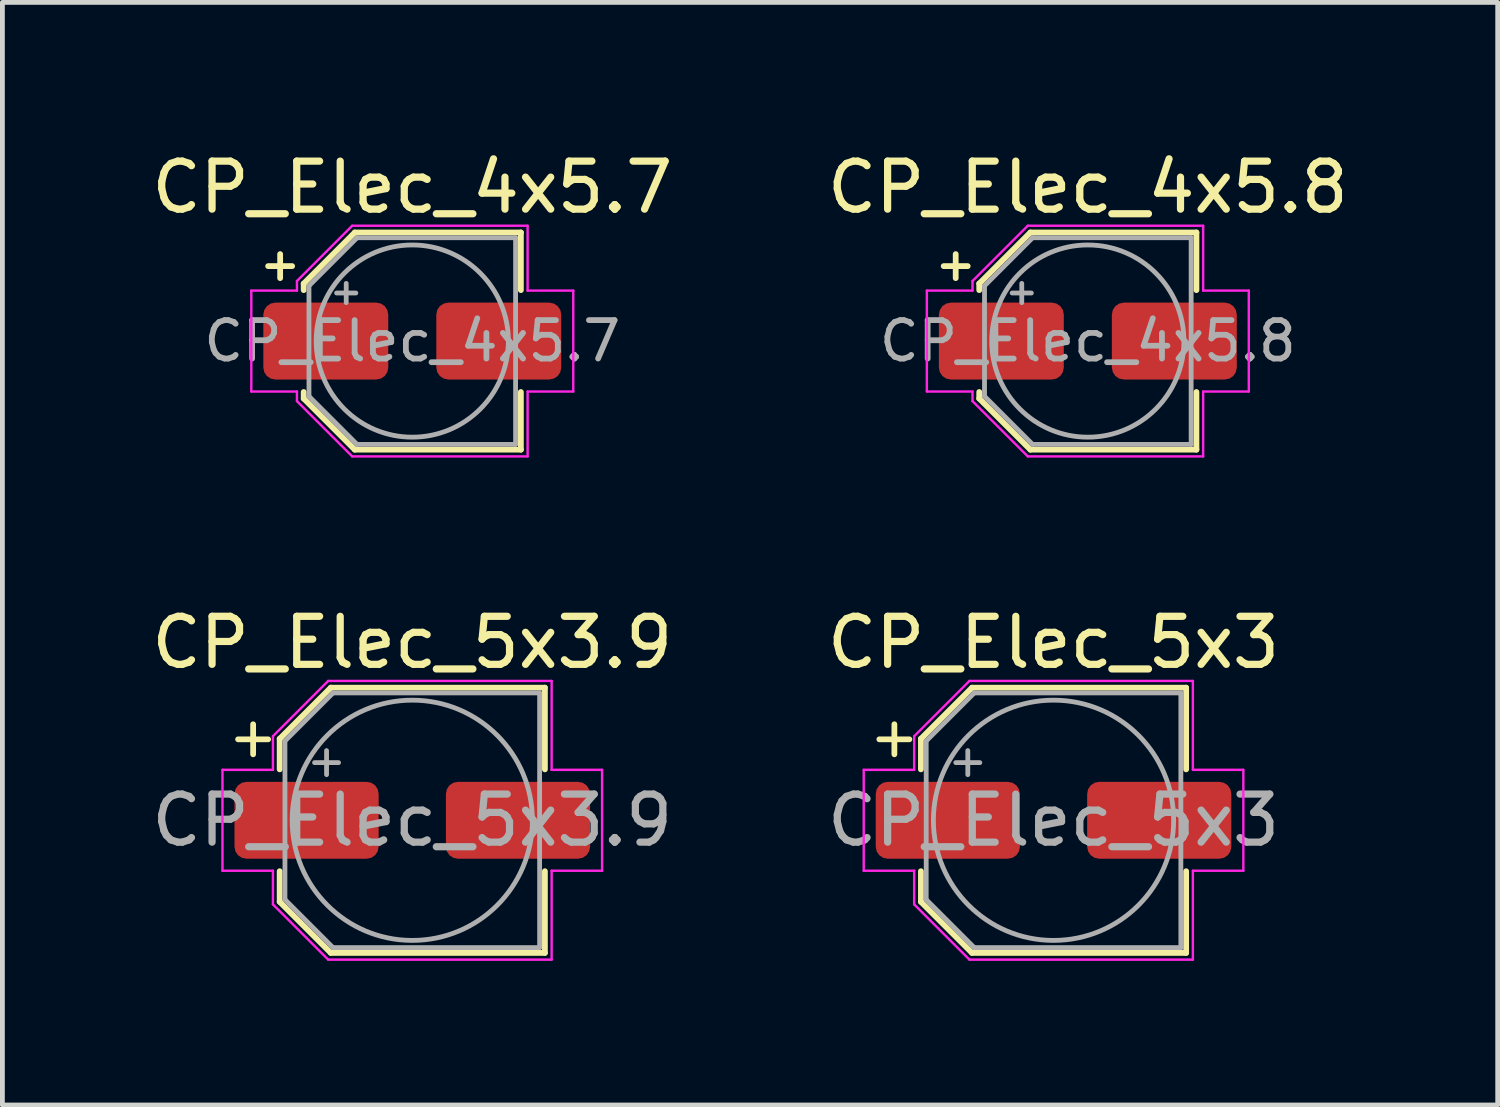
<source format=kicad_pcb>
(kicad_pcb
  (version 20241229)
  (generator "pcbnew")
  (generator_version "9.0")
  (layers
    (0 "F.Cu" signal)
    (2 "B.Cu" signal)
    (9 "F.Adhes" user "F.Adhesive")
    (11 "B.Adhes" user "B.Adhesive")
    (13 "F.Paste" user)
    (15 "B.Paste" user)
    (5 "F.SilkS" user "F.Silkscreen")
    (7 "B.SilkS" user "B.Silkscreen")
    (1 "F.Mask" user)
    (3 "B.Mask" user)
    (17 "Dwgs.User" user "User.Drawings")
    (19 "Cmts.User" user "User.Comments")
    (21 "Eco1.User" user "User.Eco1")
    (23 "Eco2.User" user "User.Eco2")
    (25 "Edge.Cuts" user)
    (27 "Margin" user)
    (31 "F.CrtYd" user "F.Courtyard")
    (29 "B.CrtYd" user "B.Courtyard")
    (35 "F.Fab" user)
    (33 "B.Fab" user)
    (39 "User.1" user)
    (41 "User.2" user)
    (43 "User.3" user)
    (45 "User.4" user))
  (footprint "CP_Elec_4x5.7"
    (layer "F.Cu")
    (at 5.53 4.048)
    (property "Reference" "CP_Elec_4x5.7" (at 0 -3.2 0) (layer "F.SilkS") (effects (font (size 1 1) (thickness 0.15))))
    (attr smd)
    (fp_line (start -3 -1.56) (end -2.5 -1.56) (stroke (width 0.12) (type solid)) (layer "F.SilkS"))
    (fp_line (start -2.75 -1.81) (end -2.75 -1.31) (stroke (width 0.12) (type solid)) (layer "F.SilkS"))
    (fp_line (start -2.26 -1.196) (end -2.26 -1.06) (stroke (width 0.12) (type solid)) (layer "F.SilkS"))
    (fp_line (start -2.26 -1.196) (end -1.196 -2.26) (stroke (width 0.12) (type solid)) (layer "F.SilkS"))
    (fp_line (start -2.26 1.196) (end -2.26 1.06) (stroke (width 0.12) (type solid)) (layer "F.SilkS"))
    (fp_line (start -2.26 1.196) (end -1.196 2.26) (stroke (width 0.12) (type solid)) (layer "F.SilkS"))
    (fp_line (start -1.196 -2.26) (end 2.26 -2.26) (stroke (width 0.12) (type solid)) (layer "F.SilkS"))
    (fp_line (start -1.196 2.26) (end 2.26 2.26) (stroke (width 0.12) (type solid)) (layer "F.SilkS"))
    (fp_line (start 2.26 -2.26) (end 2.26 -1.06) (stroke (width 0.12) (type solid)) (layer "F.SilkS"))
    (fp_line (start 2.26 2.26) (end 2.26 1.06) (stroke (width 0.12) (type solid)) (layer "F.SilkS"))
    (fp_line (start -3.35 -1.05) (end -3.35 1.05) (stroke (width 0.05) (type solid)) (layer "F.CrtYd"))
    (fp_line (start -3.35 1.05) (end -2.4 1.05) (stroke (width 0.05) (type solid)) (layer "F.CrtYd"))
    (fp_line (start -2.4 -1.25) (end -2.4 -1.05) (stroke (width 0.05) (type solid)) (layer "F.CrtYd"))
    (fp_line (start -2.4 -1.25) (end -1.25 -2.4) (stroke (width 0.05) (type solid)) (layer "F.CrtYd"))
    (fp_line (start -2.4 -1.05) (end -3.35 -1.05) (stroke (width 0.05) (type solid)) (layer "F.CrtYd"))
    (fp_line (start -2.4 1.05) (end -2.4 1.25) (stroke (width 0.05) (type solid)) (layer "F.CrtYd"))
    (fp_line (start -2.4 1.25) (end -1.25 2.4) (stroke (width 0.05) (type solid)) (layer "F.CrtYd"))
    (fp_line (start -1.25 -2.4) (end 2.4 -2.4) (stroke (width 0.05) (type solid)) (layer "F.CrtYd"))
    (fp_line (start -1.25 2.4) (end 2.4 2.4) (stroke (width 0.05) (type solid)) (layer "F.CrtYd"))
    (fp_line (start 2.4 -2.4) (end 2.4 -1.05) (stroke (width 0.05) (type solid)) (layer "F.CrtYd"))
    (fp_line (start 2.4 -1.05) (end 3.35 -1.05) (stroke (width 0.05) (type solid)) (layer "F.CrtYd"))
    (fp_line (start 2.4 1.05) (end 2.4 2.4) (stroke (width 0.05) (type solid)) (layer "F.CrtYd"))
    (fp_line (start 3.35 -1.05) (end 3.35 1.05) (stroke (width 0.05) (type solid)) (layer "F.CrtYd"))
    (fp_line (start 3.35 1.05) (end 2.4 1.05) (stroke (width 0.05) (type solid)) (layer "F.CrtYd"))
    (fp_line (start -2.15 -1.15) (end -2.15 1.15) (stroke (width 0.1) (type solid)) (layer "F.Fab"))
    (fp_line (start -2.15 -1.15) (end -1.15 -2.15) (stroke (width 0.1) (type solid)) (layer "F.Fab"))
    (fp_line (start -2.15 1.15) (end -1.15 2.15) (stroke (width 0.1) (type solid)) (layer "F.Fab"))
    (fp_line (start -1.575 -1) (end -1.175 -1) (stroke (width 0.1) (type solid)) (layer "F.Fab"))
    (fp_line (start -1.375 -1.2) (end -1.375 -0.8) (stroke (width 0.1) (type solid)) (layer "F.Fab"))
    (fp_line (start -1.15 -2.15) (end 2.15 -2.15) (stroke (width 0.1) (type solid)) (layer "F.Fab"))
    (fp_line (start -1.15 2.15) (end 2.15 2.15) (stroke (width 0.1) (type solid)) (layer "F.Fab"))
    (fp_line (start 2.15 -2.15) (end 2.15 2.15) (stroke (width 0.1) (type solid)) (layer "F.Fab"))
    (fp_circle (center 0 0) (end 2 0) (stroke (width 0.1) (type solid)) (fill no) (layer "F.Fab"))
    (fp_text user "${REFERENCE}" (at 0 0 0) (layer "F.Fab") (effects (font (size 0.8 0.8) (thickness 0.12))))
    (pad "1" smd roundrect (at -1.8 0) (size 2.6 1.6) (layers "F.Cu" "F.Mask" "F.Paste") (roundrect_rratio 0.156))
    (pad "2" smd roundrect (at 1.8 0) (size 2.6 1.6) (layers "F.Cu" "F.Mask" "F.Paste") (roundrect_rratio 0.156)))
  (footprint "CP_Elec_5x3.9"
    (layer "F.Cu")
    (at 5.53 14.021)
    (property "Reference" "CP_Elec_5x3.9" (at 0 -3.7 0) (layer "F.SilkS") (effects (font (size 1 1) (thickness 0.15))))
    (attr smd)
    (fp_line (start -3.625 -1.685) (end -3 -1.685) (stroke (width 0.12) (type solid)) (layer "F.SilkS"))
    (fp_line (start -3.312 -1.998) (end -3.312 -1.373) (stroke (width 0.12) (type solid)) (layer "F.SilkS"))
    (fp_line (start -2.76 -1.696) (end -2.76 -1.06) (stroke (width 0.12) (type solid)) (layer "F.SilkS"))
    (fp_line (start -2.76 -1.696) (end -1.696 -2.76) (stroke (width 0.12) (type solid)) (layer "F.SilkS"))
    (fp_line (start -2.76 1.696) (end -2.76 1.06) (stroke (width 0.12) (type solid)) (layer "F.SilkS"))
    (fp_line (start -2.76 1.696) (end -1.696 2.76) (stroke (width 0.12) (type solid)) (layer "F.SilkS"))
    (fp_line (start -1.696 -2.76) (end 2.76 -2.76) (stroke (width 0.12) (type solid)) (layer "F.SilkS"))
    (fp_line (start -1.696 2.76) (end 2.76 2.76) (stroke (width 0.12) (type solid)) (layer "F.SilkS"))
    (fp_line (start 2.76 -2.76) (end 2.76 -1.06) (stroke (width 0.12) (type solid)) (layer "F.SilkS"))
    (fp_line (start 2.76 2.76) (end 2.76 1.06) (stroke (width 0.12) (type solid)) (layer "F.SilkS"))
    (fp_line (start -3.95 -1.05) (end -3.95 1.05) (stroke (width 0.05) (type solid)) (layer "F.CrtYd"))
    (fp_line (start -3.95 1.05) (end -2.9 1.05) (stroke (width 0.05) (type solid)) (layer "F.CrtYd"))
    (fp_line (start -2.9 -1.75) (end -2.9 -1.05) (stroke (width 0.05) (type solid)) (layer "F.CrtYd"))
    (fp_line (start -2.9 -1.75) (end -1.75 -2.9) (stroke (width 0.05) (type solid)) (layer "F.CrtYd"))
    (fp_line (start -2.9 -1.05) (end -3.95 -1.05) (stroke (width 0.05) (type solid)) (layer "F.CrtYd"))
    (fp_line (start -2.9 1.05) (end -2.9 1.75) (stroke (width 0.05) (type solid)) (layer "F.CrtYd"))
    (fp_line (start -2.9 1.75) (end -1.75 2.9) (stroke (width 0.05) (type solid)) (layer "F.CrtYd"))
    (fp_line (start -1.75 -2.9) (end 2.9 -2.9) (stroke (width 0.05) (type solid)) (layer "F.CrtYd"))
    (fp_line (start -1.75 2.9) (end 2.9 2.9) (stroke (width 0.05) (type solid)) (layer "F.CrtYd"))
    (fp_line (start 2.9 -2.9) (end 2.9 -1.05) (stroke (width 0.05) (type solid)) (layer "F.CrtYd"))
    (fp_line (start 2.9 -1.05) (end 3.95 -1.05) (stroke (width 0.05) (type solid)) (layer "F.CrtYd"))
    (fp_line (start 2.9 1.05) (end 2.9 2.9) (stroke (width 0.05) (type solid)) (layer "F.CrtYd"))
    (fp_line (start 3.95 -1.05) (end 3.95 1.05) (stroke (width 0.05) (type solid)) (layer "F.CrtYd"))
    (fp_line (start 3.95 1.05) (end 2.9 1.05) (stroke (width 0.05) (type solid)) (layer "F.CrtYd"))
    (fp_line (start -2.65 -1.65) (end -2.65 1.65) (stroke (width 0.1) (type solid)) (layer "F.Fab"))
    (fp_line (start -2.65 -1.65) (end -1.65 -2.65) (stroke (width 0.1) (type solid)) (layer "F.Fab"))
    (fp_line (start -2.65 1.65) (end -1.65 2.65) (stroke (width 0.1) (type solid)) (layer "F.Fab"))
    (fp_line (start -2.034 -1.2) (end -1.534 -1.2) (stroke (width 0.1) (type solid)) (layer "F.Fab"))
    (fp_line (start -1.784 -1.45) (end -1.784 -0.95) (stroke (width 0.1) (type solid)) (layer "F.Fab"))
    (fp_line (start -1.65 -2.65) (end 2.65 -2.65) (stroke (width 0.1) (type solid)) (layer "F.Fab"))
    (fp_line (start -1.65 2.65) (end 2.65 2.65) (stroke (width 0.1) (type solid)) (layer "F.Fab"))
    (fp_line (start 2.65 -2.65) (end 2.65 2.65) (stroke (width 0.1) (type solid)) (layer "F.Fab"))
    (fp_circle (center 0 0) (end 2.5 0) (stroke (width 0.1) (type solid)) (fill no) (layer "F.Fab"))
    (fp_text user "${REFERENCE}" (at 0 0 0) (layer "F.Fab") (effects (font (size 1 1) (thickness 0.15))))
    (pad "1" smd roundrect (at -2.2 0) (size 3 1.6) (layers "F.Cu" "F.Mask" "F.Paste") (roundrect_rratio 0.156))
    (pad "2" smd roundrect (at 2.2 0) (size 3 1.6) (layers "F.Cu" "F.Mask" "F.Paste") (roundrect_rratio 0.156)))
  (footprint "CP_Elec_4x5.8"
    (layer "F.Cu")
    (at 19.589 4.048)
    (property "Reference" "CP_Elec_4x5.8" (at 0 -3.2 0) (layer "F.SilkS") (effects (font (size 1 1) (thickness 0.15))))
    (attr smd)
    (fp_line (start -3 -1.56) (end -2.5 -1.56) (stroke (width 0.12) (type solid)) (layer "F.SilkS"))
    (fp_line (start -2.75 -1.81) (end -2.75 -1.31) (stroke (width 0.12) (type solid)) (layer "F.SilkS"))
    (fp_line (start -2.26 -1.196) (end -2.26 -1.06) (stroke (width 0.12) (type solid)) (layer "F.SilkS"))
    (fp_line (start -2.26 -1.196) (end -1.196 -2.26) (stroke (width 0.12) (type solid)) (layer "F.SilkS"))
    (fp_line (start -2.26 1.196) (end -2.26 1.06) (stroke (width 0.12) (type solid)) (layer "F.SilkS"))
    (fp_line (start -2.26 1.196) (end -1.196 2.26) (stroke (width 0.12) (type solid)) (layer "F.SilkS"))
    (fp_line (start -1.196 -2.26) (end 2.26 -2.26) (stroke (width 0.12) (type solid)) (layer "F.SilkS"))
    (fp_line (start -1.196 2.26) (end 2.26 2.26) (stroke (width 0.12) (type solid)) (layer "F.SilkS"))
    (fp_line (start 2.26 -2.26) (end 2.26 -1.06) (stroke (width 0.12) (type solid)) (layer "F.SilkS"))
    (fp_line (start 2.26 2.26) (end 2.26 1.06) (stroke (width 0.12) (type solid)) (layer "F.SilkS"))
    (fp_line (start -3.35 -1.05) (end -3.35 1.05) (stroke (width 0.05) (type solid)) (layer "F.CrtYd"))
    (fp_line (start -3.35 1.05) (end -2.4 1.05) (stroke (width 0.05) (type solid)) (layer "F.CrtYd"))
    (fp_line (start -2.4 -1.25) (end -2.4 -1.05) (stroke (width 0.05) (type solid)) (layer "F.CrtYd"))
    (fp_line (start -2.4 -1.25) (end -1.25 -2.4) (stroke (width 0.05) (type solid)) (layer "F.CrtYd"))
    (fp_line (start -2.4 -1.05) (end -3.35 -1.05) (stroke (width 0.05) (type solid)) (layer "F.CrtYd"))
    (fp_line (start -2.4 1.05) (end -2.4 1.25) (stroke (width 0.05) (type solid)) (layer "F.CrtYd"))
    (fp_line (start -2.4 1.25) (end -1.25 2.4) (stroke (width 0.05) (type solid)) (layer "F.CrtYd"))
    (fp_line (start -1.25 -2.4) (end 2.4 -2.4) (stroke (width 0.05) (type solid)) (layer "F.CrtYd"))
    (fp_line (start -1.25 2.4) (end 2.4 2.4) (stroke (width 0.05) (type solid)) (layer "F.CrtYd"))
    (fp_line (start 2.4 -2.4) (end 2.4 -1.05) (stroke (width 0.05) (type solid)) (layer "F.CrtYd"))
    (fp_line (start 2.4 -1.05) (end 3.35 -1.05) (stroke (width 0.05) (type solid)) (layer "F.CrtYd"))
    (fp_line (start 2.4 1.05) (end 2.4 2.4) (stroke (width 0.05) (type solid)) (layer "F.CrtYd"))
    (fp_line (start 3.35 -1.05) (end 3.35 1.05) (stroke (width 0.05) (type solid)) (layer "F.CrtYd"))
    (fp_line (start 3.35 1.05) (end 2.4 1.05) (stroke (width 0.05) (type solid)) (layer "F.CrtYd"))
    (fp_line (start -2.15 -1.15) (end -2.15 1.15) (stroke (width 0.1) (type solid)) (layer "F.Fab"))
    (fp_line (start -2.15 -1.15) (end -1.15 -2.15) (stroke (width 0.1) (type solid)) (layer "F.Fab"))
    (fp_line (start -2.15 1.15) (end -1.15 2.15) (stroke (width 0.1) (type solid)) (layer "F.Fab"))
    (fp_line (start -1.575 -1) (end -1.175 -1) (stroke (width 0.1) (type solid)) (layer "F.Fab"))
    (fp_line (start -1.375 -1.2) (end -1.375 -0.8) (stroke (width 0.1) (type solid)) (layer "F.Fab"))
    (fp_line (start -1.15 -2.15) (end 2.15 -2.15) (stroke (width 0.1) (type solid)) (layer "F.Fab"))
    (fp_line (start -1.15 2.15) (end 2.15 2.15) (stroke (width 0.1) (type solid)) (layer "F.Fab"))
    (fp_line (start 2.15 -2.15) (end 2.15 2.15) (stroke (width 0.1) (type solid)) (layer "F.Fab"))
    (fp_circle (center 0 0) (end 2 0) (stroke (width 0.1) (type solid)) (fill no) (layer "F.Fab"))
    (fp_text user "${REFERENCE}" (at 0 0 0) (layer "F.Fab") (effects (font (size 0.8 0.8) (thickness 0.12))))
    (pad "1" smd roundrect (at -1.8 0) (size 2.6 1.6) (layers "F.Cu" "F.Mask" "F.Paste") (roundrect_rratio 0.156))
    (pad "2" smd roundrect (at 1.8 0) (size 2.6 1.6) (layers "F.Cu" "F.Mask" "F.Paste") (roundrect_rratio 0.156)))
  (footprint "CP_Elec_5x3"
    (layer "F.Cu")
    (at 18.875 14.021)
    (property "Reference" "CP_Elec_5x3" (at 0 -3.7 0) (layer "F.SilkS") (effects (font (size 1 1) (thickness 0.15))))
    (attr smd)
    (fp_line (start -3.625 -1.685) (end -3 -1.685) (stroke (width 0.12) (type solid)) (layer "F.SilkS"))
    (fp_line (start -3.312 -1.998) (end -3.312 -1.373) (stroke (width 0.12) (type solid)) (layer "F.SilkS"))
    (fp_line (start -2.76 -1.696) (end -2.76 -1.06) (stroke (width 0.12) (type solid)) (layer "F.SilkS"))
    (fp_line (start -2.76 -1.696) (end -1.696 -2.76) (stroke (width 0.12) (type solid)) (layer "F.SilkS"))
    (fp_line (start -2.76 1.696) (end -2.76 1.06) (stroke (width 0.12) (type solid)) (layer "F.SilkS"))
    (fp_line (start -2.76 1.696) (end -1.696 2.76) (stroke (width 0.12) (type solid)) (layer "F.SilkS"))
    (fp_line (start -1.696 -2.76) (end 2.76 -2.76) (stroke (width 0.12) (type solid)) (layer "F.SilkS"))
    (fp_line (start -1.696 2.76) (end 2.76 2.76) (stroke (width 0.12) (type solid)) (layer "F.SilkS"))
    (fp_line (start 2.76 -2.76) (end 2.76 -1.06) (stroke (width 0.12) (type solid)) (layer "F.SilkS"))
    (fp_line (start 2.76 2.76) (end 2.76 1.06) (stroke (width 0.12) (type solid)) (layer "F.SilkS"))
    (fp_line (start -3.95 -1.05) (end -3.95 1.05) (stroke (width 0.05) (type solid)) (layer "F.CrtYd"))
    (fp_line (start -3.95 1.05) (end -2.9 1.05) (stroke (width 0.05) (type solid)) (layer "F.CrtYd"))
    (fp_line (start -2.9 -1.75) (end -2.9 -1.05) (stroke (width 0.05) (type solid)) (layer "F.CrtYd"))
    (fp_line (start -2.9 -1.75) (end -1.75 -2.9) (stroke (width 0.05) (type solid)) (layer "F.CrtYd"))
    (fp_line (start -2.9 -1.05) (end -3.95 -1.05) (stroke (width 0.05) (type solid)) (layer "F.CrtYd"))
    (fp_line (start -2.9 1.05) (end -2.9 1.75) (stroke (width 0.05) (type solid)) (layer "F.CrtYd"))
    (fp_line (start -2.9 1.75) (end -1.75 2.9) (stroke (width 0.05) (type solid)) (layer "F.CrtYd"))
    (fp_line (start -1.75 -2.9) (end 2.9 -2.9) (stroke (width 0.05) (type solid)) (layer "F.CrtYd"))
    (fp_line (start -1.75 2.9) (end 2.9 2.9) (stroke (width 0.05) (type solid)) (layer "F.CrtYd"))
    (fp_line (start 2.9 -2.9) (end 2.9 -1.05) (stroke (width 0.05) (type solid)) (layer "F.CrtYd"))
    (fp_line (start 2.9 -1.05) (end 3.95 -1.05) (stroke (width 0.05) (type solid)) (layer "F.CrtYd"))
    (fp_line (start 2.9 1.05) (end 2.9 2.9) (stroke (width 0.05) (type solid)) (layer "F.CrtYd"))
    (fp_line (start 3.95 -1.05) (end 3.95 1.05) (stroke (width 0.05) (type solid)) (layer "F.CrtYd"))
    (fp_line (start 3.95 1.05) (end 2.9 1.05) (stroke (width 0.05) (type solid)) (layer "F.CrtYd"))
    (fp_line (start -2.65 -1.65) (end -2.65 1.65) (stroke (width 0.1) (type solid)) (layer "F.Fab"))
    (fp_line (start -2.65 -1.65) (end -1.65 -2.65) (stroke (width 0.1) (type solid)) (layer "F.Fab"))
    (fp_line (start -2.65 1.65) (end -1.65 2.65) (stroke (width 0.1) (type solid)) (layer "F.Fab"))
    (fp_line (start -2.034 -1.2) (end -1.534 -1.2) (stroke (width 0.1) (type solid)) (layer "F.Fab"))
    (fp_line (start -1.784 -1.45) (end -1.784 -0.95) (stroke (width 0.1) (type solid)) (layer "F.Fab"))
    (fp_line (start -1.65 -2.65) (end 2.65 -2.65) (stroke (width 0.1) (type solid)) (layer "F.Fab"))
    (fp_line (start -1.65 2.65) (end 2.65 2.65) (stroke (width 0.1) (type solid)) (layer "F.Fab"))
    (fp_line (start 2.65 -2.65) (end 2.65 2.65) (stroke (width 0.1) (type solid)) (layer "F.Fab"))
    (fp_circle (center 0 0) (end 2.5 0) (stroke (width 0.1) (type solid)) (fill no) (layer "F.Fab"))
    (fp_text user "${REFERENCE}" (at 0 0 0) (layer "F.Fab") (effects (font (size 1 1) (thickness 0.15))))
    (pad "1" smd roundrect (at -2.2 0) (size 3 1.6) (layers "F.Cu" "F.Mask" "F.Paste") (roundrect_rratio 0.156))
    (pad "2" smd roundrect (at 2.2 0) (size 3 1.6) (layers "F.Cu" "F.Mask" "F.Paste") (roundrect_rratio 0.156)))
  (gr_rect
    (start -3 -3)
    (end 28.119 19.947)
    (stroke (width 0.1) (type default))
    (fill no)
    (layer "Edge.Cuts")))
</source>
